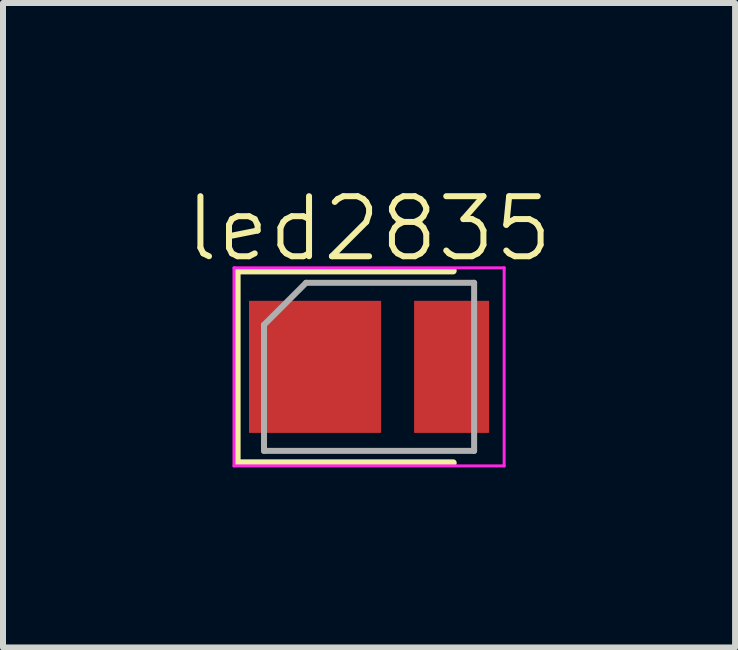
<source format=kicad_pcb>
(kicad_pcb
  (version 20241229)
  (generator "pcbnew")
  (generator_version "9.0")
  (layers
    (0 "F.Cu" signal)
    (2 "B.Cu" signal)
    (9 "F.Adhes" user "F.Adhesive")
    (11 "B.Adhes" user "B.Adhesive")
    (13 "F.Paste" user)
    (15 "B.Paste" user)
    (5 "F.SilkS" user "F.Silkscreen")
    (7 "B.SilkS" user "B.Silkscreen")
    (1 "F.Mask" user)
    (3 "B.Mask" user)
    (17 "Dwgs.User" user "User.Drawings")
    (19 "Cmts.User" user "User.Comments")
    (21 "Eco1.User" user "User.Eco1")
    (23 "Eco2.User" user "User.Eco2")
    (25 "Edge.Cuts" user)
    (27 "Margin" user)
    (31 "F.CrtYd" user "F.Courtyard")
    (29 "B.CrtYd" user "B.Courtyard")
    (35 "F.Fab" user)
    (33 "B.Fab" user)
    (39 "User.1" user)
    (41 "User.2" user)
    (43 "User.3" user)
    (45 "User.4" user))
  (footprint "led2835"
    (layer "F.Cu")
    (at 3.098 3.061)
    (property "Reference" "led2835" (at 0 -2.3 0) (unlocked yes) (layer "F.SilkS") (effects (font (size 1 1) (thickness 0.1))))
    (attr smd)
    (fp_line (start -2.2 -1.6) (end -2.2 1.6) (stroke (width 0.12) (type solid)) (layer "F.SilkS"))
    (fp_line (start 1.4 -1.6) (end -2.2 -1.6) (stroke (width 0.12) (type solid)) (layer "F.SilkS"))
    (fp_line (start 1.4 1.6) (end -2.2 1.6) (stroke (width 0.12) (type solid)) (layer "F.SilkS"))
    (fp_line (start -2.25 -1.65) (end 2.25 -1.65) (stroke (width 0.05) (type solid)) (layer "F.CrtYd"))
    (fp_line (start -2.25 1.65) (end -2.25 -1.65) (stroke (width 0.05) (type solid)) (layer "F.CrtYd"))
    (fp_line (start 2.25 -1.65) (end 2.25 1.65) (stroke (width 0.05) (type solid)) (layer "F.CrtYd"))
    (fp_line (start 2.25 1.65) (end -2.25 1.65) (stroke (width 0.05) (type solid)) (layer "F.CrtYd"))
    (fp_line (start -1.75 1.4) (end -1.75 -0.7) (stroke (width 0.1) (type solid)) (layer "F.Fab"))
    (fp_line (start -1.05 -1.4) (end -1.75 -0.7) (stroke (width 0.1) (type solid)) (layer "F.Fab"))
    (fp_line (start -1.05 -1.4) (end 1.75 -1.4) (stroke (width 0.1) (type solid)) (layer "F.Fab"))
    (fp_line (start 1.75 -1.4) (end 1.75 1.4) (stroke (width 0.1) (type solid)) (layer "F.Fab"))
    (fp_line (start 1.75 1.4) (end -1.75 1.4) (stroke (width 0.1) (type solid)) (layer "F.Fab"))
    (pad "1" smd rect (at -0.9 0) (size 2.2 2.2) (layers "F.Cu" "F.Mask" "F.Paste"))
    (pad "2" smd rect (at 1.375 0) (size 1.25 2.2) (layers "F.Cu" "F.Mask" "F.Paste")))
  (gr_rect
    (start -3 -3)
    (end 9.195 7.736)
    (stroke (width 0.1) (type default))
    (fill no)
    (layer "Edge.Cuts")))
</source>
